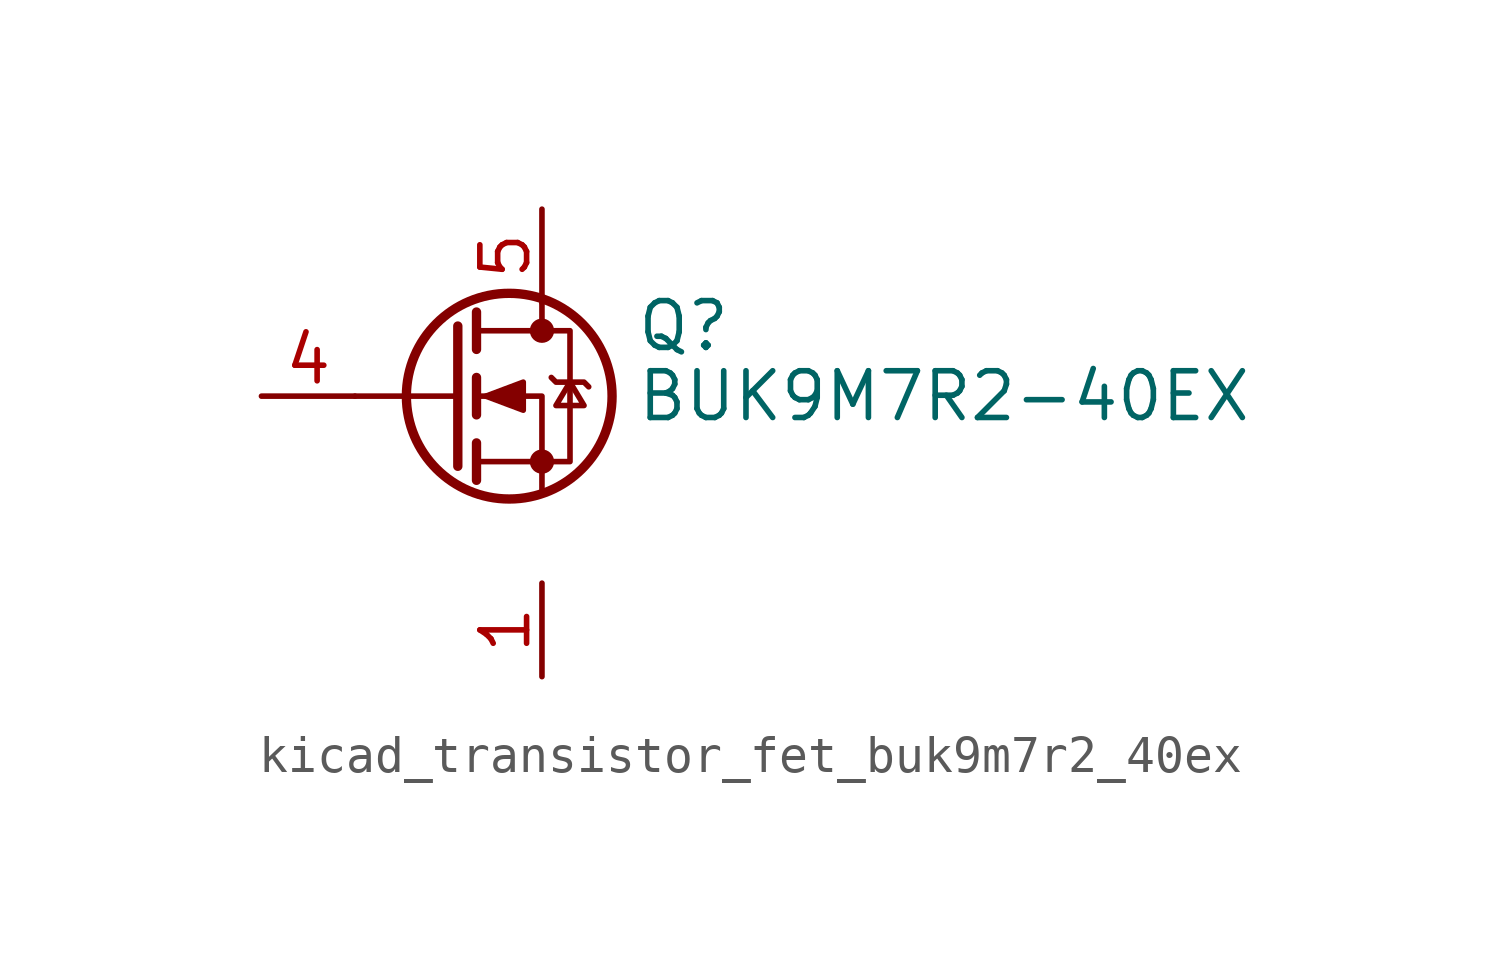
<source format=kicad_sym>
(kicad_symbol_lib
  (version 20220914)
  (generator kicad_symbol_editor)
  (symbol "kicad_transistor_fet_buk9m7r2_40ex"
    (pin_names hide)
    (property "Reference" "Q"
      (at 5.08 1.905 0)
      (effects (font (size 1.27 1.27)) (justify left)))
    (property "Value" "BUK9M7R2-40EX"
      (at 5.08 0 0)
      (effects (font (size 1.27 1.27)) (justify left)))
    (symbol "kicad_transistor_fet_buk9m7r2_40ex_0_1"
      (polyline (pts (xy 0.254 0) (xy -2.54 0)) (stroke (width 0) (type default)) (fill (type none)))
      (polyline (pts (xy 0.254 1.905) (xy 0.254 -1.905)) (stroke (width 0.254) (type default)) (fill (type none)))
      (polyline (pts (xy 0.762 -1.27) (xy 0.762 -2.286)) (stroke (width 0.254) (type default)) (fill (type none)))
      (polyline (pts (xy 0.762 0.508) (xy 0.762 -0.508)) (stroke (width 0.254) (type default)) (fill (type none)))
      (polyline (pts (xy 0.762 2.286) (xy 0.762 1.27)) (stroke (width 0.254) (type default)) (fill (type none)))
      (polyline (pts (xy 2.54 2.54) (xy 2.54 1.778)) (stroke (width 0) (type default)) (fill (type none)))
      (polyline (pts (xy 2.54 -2.54) (xy 2.54 0) (xy 0.762 0)) (stroke (width 0) (type default)) (fill (type none)))
      (polyline (pts (xy 0.762 -1.778) (xy 3.302 -1.778) (xy 3.302 1.778) (xy 0.762 1.778)) (stroke (width 0) (type default)) (fill (type none)))
      (polyline (pts (xy 1.016 0) (xy 2.032 0.381) (xy 2.032 -0.381) (xy 1.016 0)) (stroke (width 0) (type default)) (fill (type outline)))
      (polyline (pts (xy 2.794 0.508) (xy 2.921 0.381) (xy 3.683 0.381) (xy 3.81 0.254)) (stroke (width 0) (type default)) (fill (type none)))
      (polyline (pts (xy 3.302 0.381) (xy 2.921 -0.254) (xy 3.683 -0.254) (xy 3.302 0.381)) (stroke (width 0) (type default)) (fill (type none)))
      (circle (center 1.651 0) (radius 2.794) (stroke (width 0.254) (type default)) (fill (type none)))
      (circle (center 2.54 -1.778) (radius 0.254) (stroke (width 0) (type default)) (fill (type outline)))
      (circle (center 2.54 1.778) (radius 0.254) (stroke (width 0) (type default)) (fill (type outline))))
    (symbol "kicad_transistor_fet_buk9m7r2_40ex_1_1"
      (pin passive line (at 2.54 -5.08 270) (length 2.54) (name "S" (effects (font (size 1.27 1.27)))) (number "1" (effects (font (size 1.27 1.27)))))
      (pin passive line (at 2.54 -5.08 270) (length 2.54) hide (name "S" (effects (font (size 1.27 1.27)))) (number "2" (effects (font (size 1.27 1.27)))))
      (pin passive line (at 2.54 -5.08 90) (length 2.54) hide (name "S" (effects (font (size 1.27 1.27)))) (number "3" (effects (font (size 1.27 1.27)))))
      (pin passive line (at -5.08 0 0) (length 2.54) (name "G" (effects (font (size 1.27 1.27)))) (number "4" (effects (font (size 1.27 1.27)))))
      (pin passive line (at 2.54 5.08 270) (length 2.54) (name "D" (effects (font (size 1.27 1.27)))) (number "5" (effects (font (size 1.27 1.27))))))))
</source>
